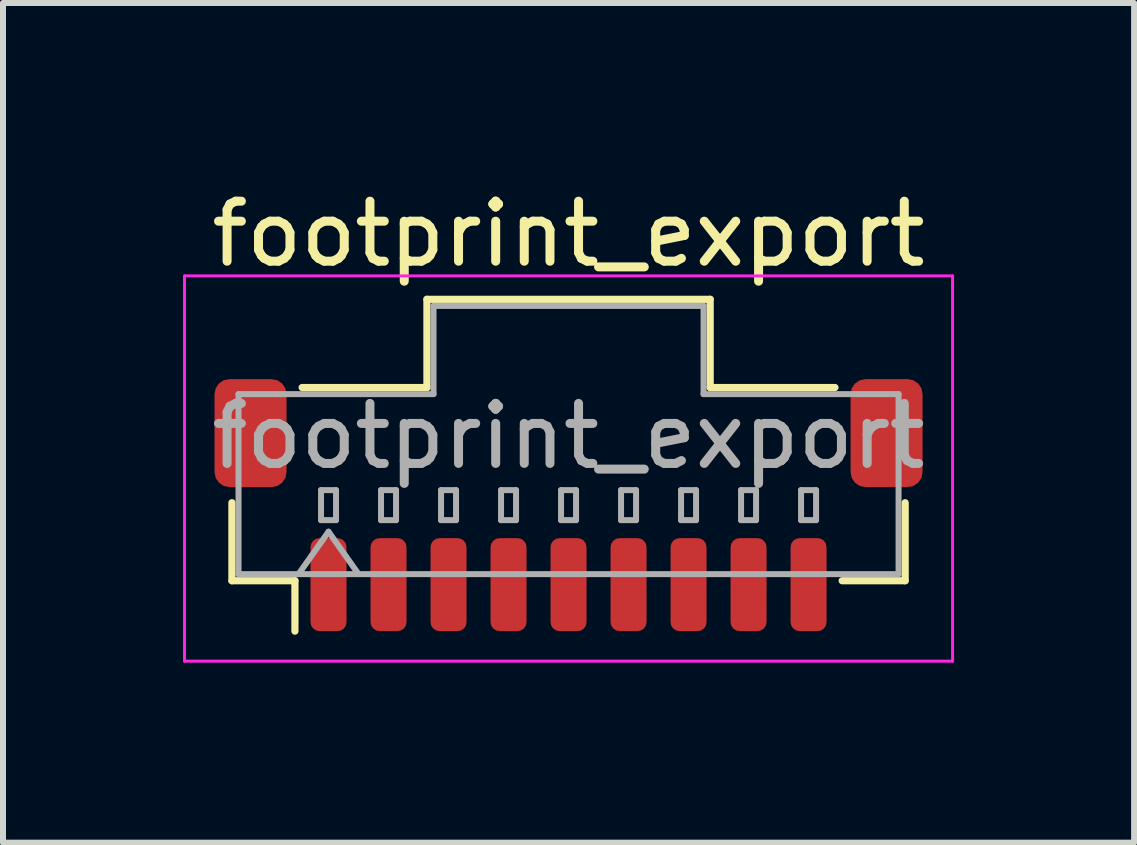
<source format=kicad_pcb>
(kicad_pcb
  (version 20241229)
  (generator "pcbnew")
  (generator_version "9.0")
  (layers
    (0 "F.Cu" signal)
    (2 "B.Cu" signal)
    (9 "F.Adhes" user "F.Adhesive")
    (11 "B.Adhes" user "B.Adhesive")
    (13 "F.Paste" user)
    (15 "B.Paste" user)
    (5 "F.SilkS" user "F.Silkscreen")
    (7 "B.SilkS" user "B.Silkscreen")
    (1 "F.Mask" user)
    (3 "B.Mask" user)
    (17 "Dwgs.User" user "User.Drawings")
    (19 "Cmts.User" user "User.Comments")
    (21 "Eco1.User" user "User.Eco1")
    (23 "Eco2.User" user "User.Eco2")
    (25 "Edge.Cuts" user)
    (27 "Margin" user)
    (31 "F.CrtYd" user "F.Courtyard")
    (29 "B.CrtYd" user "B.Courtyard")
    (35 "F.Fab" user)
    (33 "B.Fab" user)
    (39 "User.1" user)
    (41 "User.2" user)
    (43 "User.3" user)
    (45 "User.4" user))
  (footprint "footprint_export"
    (layer "F.Cu")
    (at 6.425 5.368)
    (property "Reference" "footprint_export" (at 0 -4.52 0) (layer "F.SilkS") (effects (font (size 1 1) (thickness 0.15))))
    (attr smd)
    (fp_line (start -5.61 -0.04) (end -5.61 1.26) (stroke (width 0.12) (type solid)) (layer "F.SilkS"))
    (fp_line (start -5.61 1.26) (end -4.56 1.26) (stroke (width 0.12) (type solid)) (layer "F.SilkS"))
    (fp_line (start -4.56 1.26) (end -4.56 2.1) (stroke (width 0.12) (type solid)) (layer "F.SilkS"))
    (fp_line (start -4.44 -1.96) (end -2.36 -1.96) (stroke (width 0.12) (type solid)) (layer "F.SilkS"))
    (fp_line (start -2.36 -3.43) (end 2.36 -3.43) (stroke (width 0.12) (type solid)) (layer "F.SilkS"))
    (fp_line (start -2.36 -1.96) (end -2.36 -3.43) (stroke (width 0.12) (type solid)) (layer "F.SilkS"))
    (fp_line (start 2.36 -3.43) (end 2.36 -1.96) (stroke (width 0.12) (type solid)) (layer "F.SilkS"))
    (fp_line (start 2.36 -1.96) (end 4.44 -1.96) (stroke (width 0.12) (type solid)) (layer "F.SilkS"))
    (fp_line (start 5.61 -0.04) (end 5.61 1.26) (stroke (width 0.12) (type solid)) (layer "F.SilkS"))
    (fp_line (start 5.61 1.26) (end 4.56 1.26) (stroke (width 0.12) (type solid)) (layer "F.SilkS"))
    (fp_line (start -6.4 -3.82) (end -6.4 2.6) (stroke (width 0.05) (type solid)) (layer "F.CrtYd"))
    (fp_line (start -6.4 2.6) (end 6.4 2.6) (stroke (width 0.05) (type solid)) (layer "F.CrtYd"))
    (fp_line (start 6.4 -3.82) (end -6.4 -3.82) (stroke (width 0.05) (type solid)) (layer "F.CrtYd"))
    (fp_line (start 6.4 2.6) (end 6.4 -3.82) (stroke (width 0.05) (type solid)) (layer "F.CrtYd"))
    (fp_line (start -5.5 -1.85) (end -2.25 -1.85) (stroke (width 0.1) (type solid)) (layer "F.Fab"))
    (fp_line (start -5.5 1.15) (end -5.5 -1.85) (stroke (width 0.1) (type solid)) (layer "F.Fab"))
    (fp_line (start -5.5 1.15) (end 5.5 1.15) (stroke (width 0.1) (type solid)) (layer "F.Fab"))
    (fp_line (start -4.5 1.15) (end -4 0.443) (stroke (width 0.1) (type solid)) (layer "F.Fab"))
    (fp_line (start -4.125 -0.25) (end -4.125 0.25) (stroke (width 0.1) (type solid)) (layer "F.Fab"))
    (fp_line (start -4.125 0.25) (end -3.875 0.25) (stroke (width 0.1) (type solid)) (layer "F.Fab"))
    (fp_line (start -4 0.443) (end -3.5 1.15) (stroke (width 0.1) (type solid)) (layer "F.Fab"))
    (fp_line (start -3.875 -0.25) (end -4.125 -0.25) (stroke (width 0.1) (type solid)) (layer "F.Fab"))
    (fp_line (start -3.875 0.25) (end -3.875 -0.25) (stroke (width 0.1) (type solid)) (layer "F.Fab"))
    (fp_line (start -3.125 -0.25) (end -3.125 0.25) (stroke (width 0.1) (type solid)) (layer "F.Fab"))
    (fp_line (start -3.125 0.25) (end -2.875 0.25) (stroke (width 0.1) (type solid)) (layer "F.Fab"))
    (fp_line (start -2.875 -0.25) (end -3.125 -0.25) (stroke (width 0.1) (type solid)) (layer "F.Fab"))
    (fp_line (start -2.875 0.25) (end -2.875 -0.25) (stroke (width 0.1) (type solid)) (layer "F.Fab"))
    (fp_line (start -2.25 -3.32) (end 2.25 -3.32) (stroke (width 0.1) (type solid)) (layer "F.Fab"))
    (fp_line (start -2.25 -1.85) (end -2.25 -3.32) (stroke (width 0.1) (type solid)) (layer "F.Fab"))
    (fp_line (start -2.125 -0.25) (end -2.125 0.25) (stroke (width 0.1) (type solid)) (layer "F.Fab"))
    (fp_line (start -2.125 0.25) (end -1.875 0.25) (stroke (width 0.1) (type solid)) (layer "F.Fab"))
    (fp_line (start -1.875 -0.25) (end -2.125 -0.25) (stroke (width 0.1) (type solid)) (layer "F.Fab"))
    (fp_line (start -1.875 0.25) (end -1.875 -0.25) (stroke (width 0.1) (type solid)) (layer "F.Fab"))
    (fp_line (start -1.125 -0.25) (end -1.125 0.25) (stroke (width 0.1) (type solid)) (layer "F.Fab"))
    (fp_line (start -1.125 0.25) (end -0.875 0.25) (stroke (width 0.1) (type solid)) (layer "F.Fab"))
    (fp_line (start -0.875 -0.25) (end -1.125 -0.25) (stroke (width 0.1) (type solid)) (layer "F.Fab"))
    (fp_line (start -0.875 0.25) (end -0.875 -0.25) (stroke (width 0.1) (type solid)) (layer "F.Fab"))
    (fp_line (start -0.125 -0.25) (end -0.125 0.25) (stroke (width 0.1) (type solid)) (layer "F.Fab"))
    (fp_line (start -0.125 0.25) (end 0.125 0.25) (stroke (width 0.1) (type solid)) (layer "F.Fab"))
    (fp_line (start 0.125 -0.25) (end -0.125 -0.25) (stroke (width 0.1) (type solid)) (layer "F.Fab"))
    (fp_line (start 0.125 0.25) (end 0.125 -0.25) (stroke (width 0.1) (type solid)) (layer "F.Fab"))
    (fp_line (start 0.875 -0.25) (end 0.875 0.25) (stroke (width 0.1) (type solid)) (layer "F.Fab"))
    (fp_line (start 0.875 0.25) (end 1.125 0.25) (stroke (width 0.1) (type solid)) (layer "F.Fab"))
    (fp_line (start 1.125 -0.25) (end 0.875 -0.25) (stroke (width 0.1) (type solid)) (layer "F.Fab"))
    (fp_line (start 1.125 0.25) (end 1.125 -0.25) (stroke (width 0.1) (type solid)) (layer "F.Fab"))
    (fp_line (start 1.875 -0.25) (end 1.875 0.25) (stroke (width 0.1) (type solid)) (layer "F.Fab"))
    (fp_line (start 1.875 0.25) (end 2.125 0.25) (stroke (width 0.1) (type solid)) (layer "F.Fab"))
    (fp_line (start 2.125 -0.25) (end 1.875 -0.25) (stroke (width 0.1) (type solid)) (layer "F.Fab"))
    (fp_line (start 2.125 0.25) (end 2.125 -0.25) (stroke (width 0.1) (type solid)) (layer "F.Fab"))
    (fp_line (start 2.25 -3.32) (end 2.25 -1.85) (stroke (width 0.1) (type solid)) (layer "F.Fab"))
    (fp_line (start 2.25 -1.85) (end 5.5 -1.85) (stroke (width 0.1) (type solid)) (layer "F.Fab"))
    (fp_line (start 2.875 -0.25) (end 2.875 0.25) (stroke (width 0.1) (type solid)) (layer "F.Fab"))
    (fp_line (start 2.875 0.25) (end 3.125 0.25) (stroke (width 0.1) (type solid)) (layer "F.Fab"))
    (fp_line (start 3.125 -0.25) (end 2.875 -0.25) (stroke (width 0.1) (type solid)) (layer "F.Fab"))
    (fp_line (start 3.125 0.25) (end 3.125 -0.25) (stroke (width 0.1) (type solid)) (layer "F.Fab"))
    (fp_line (start 3.875 -0.25) (end 3.875 0.25) (stroke (width 0.1) (type solid)) (layer "F.Fab"))
    (fp_line (start 3.875 0.25) (end 4.125 0.25) (stroke (width 0.1) (type solid)) (layer "F.Fab"))
    (fp_line (start 4.125 -0.25) (end 3.875 -0.25) (stroke (width 0.1) (type solid)) (layer "F.Fab"))
    (fp_line (start 4.125 0.25) (end 4.125 -0.25) (stroke (width 0.1) (type solid)) (layer "F.Fab"))
    (fp_line (start 5.5 1.15) (end 5.5 -1.85) (stroke (width 0.1) (type solid)) (layer "F.Fab"))
    (fp_text user "${REFERENCE}" (at 0 -1.15 0) (layer "F.Fab") (effects (font (size 1 1) (thickness 0.15))))
    (pad "1" smd roundrect (at -4 1.325) (size 0.6 1.55) (layers "F.Cu" "F.Mask" "F.Paste") (roundrect_rratio 0.25))
    (pad "2" smd roundrect (at -3 1.325) (size 0.6 1.55) (layers "F.Cu" "F.Mask" "F.Paste") (roundrect_rratio 0.25))
    (pad "3" smd roundrect (at -2 1.325) (size 0.6 1.55) (layers "F.Cu" "F.Mask" "F.Paste") (roundrect_rratio 0.25))
    (pad "4" smd roundrect (at -1 1.325) (size 0.6 1.55) (layers "F.Cu" "F.Mask" "F.Paste") (roundrect_rratio 0.25))
    (pad "5" smd roundrect (at 0 1.325) (size 0.6 1.55) (layers "F.Cu" "F.Mask" "F.Paste") (roundrect_rratio 0.25))
    (pad "6" smd roundrect (at 1 1.325) (size 0.6 1.55) (layers "F.Cu" "F.Mask" "F.Paste") (roundrect_rratio 0.25))
    (pad "7" smd roundrect (at 2 1.325) (size 0.6 1.55) (layers "F.Cu" "F.Mask" "F.Paste") (roundrect_rratio 0.25))
    (pad "8" smd roundrect (at 3 1.325) (size 0.6 1.55) (layers "F.Cu" "F.Mask" "F.Paste") (roundrect_rratio 0.25))
    (pad "9" smd roundrect (at 4 1.325) (size 0.6 1.55) (layers "F.Cu" "F.Mask" "F.Paste") (roundrect_rratio 0.25))
    (pad "MP" smd roundrect (at -5.3 -1.2) (size 1.2 1.8) (layers "F.Cu" "F.Mask" "F.Paste") (roundrect_rratio 0.208))
    (pad "MP" smd roundrect (at 5.3 -1.2) (size 1.2 1.8) (layers "F.Cu" "F.Mask" "F.Paste") (roundrect_rratio 0.208)))
  (gr_rect
    (start -3 -3)
    (end 15.85 10.993)
    (stroke (width 0.1) (type default))
    (fill no)
    (layer "Edge.Cuts")))
</source>
